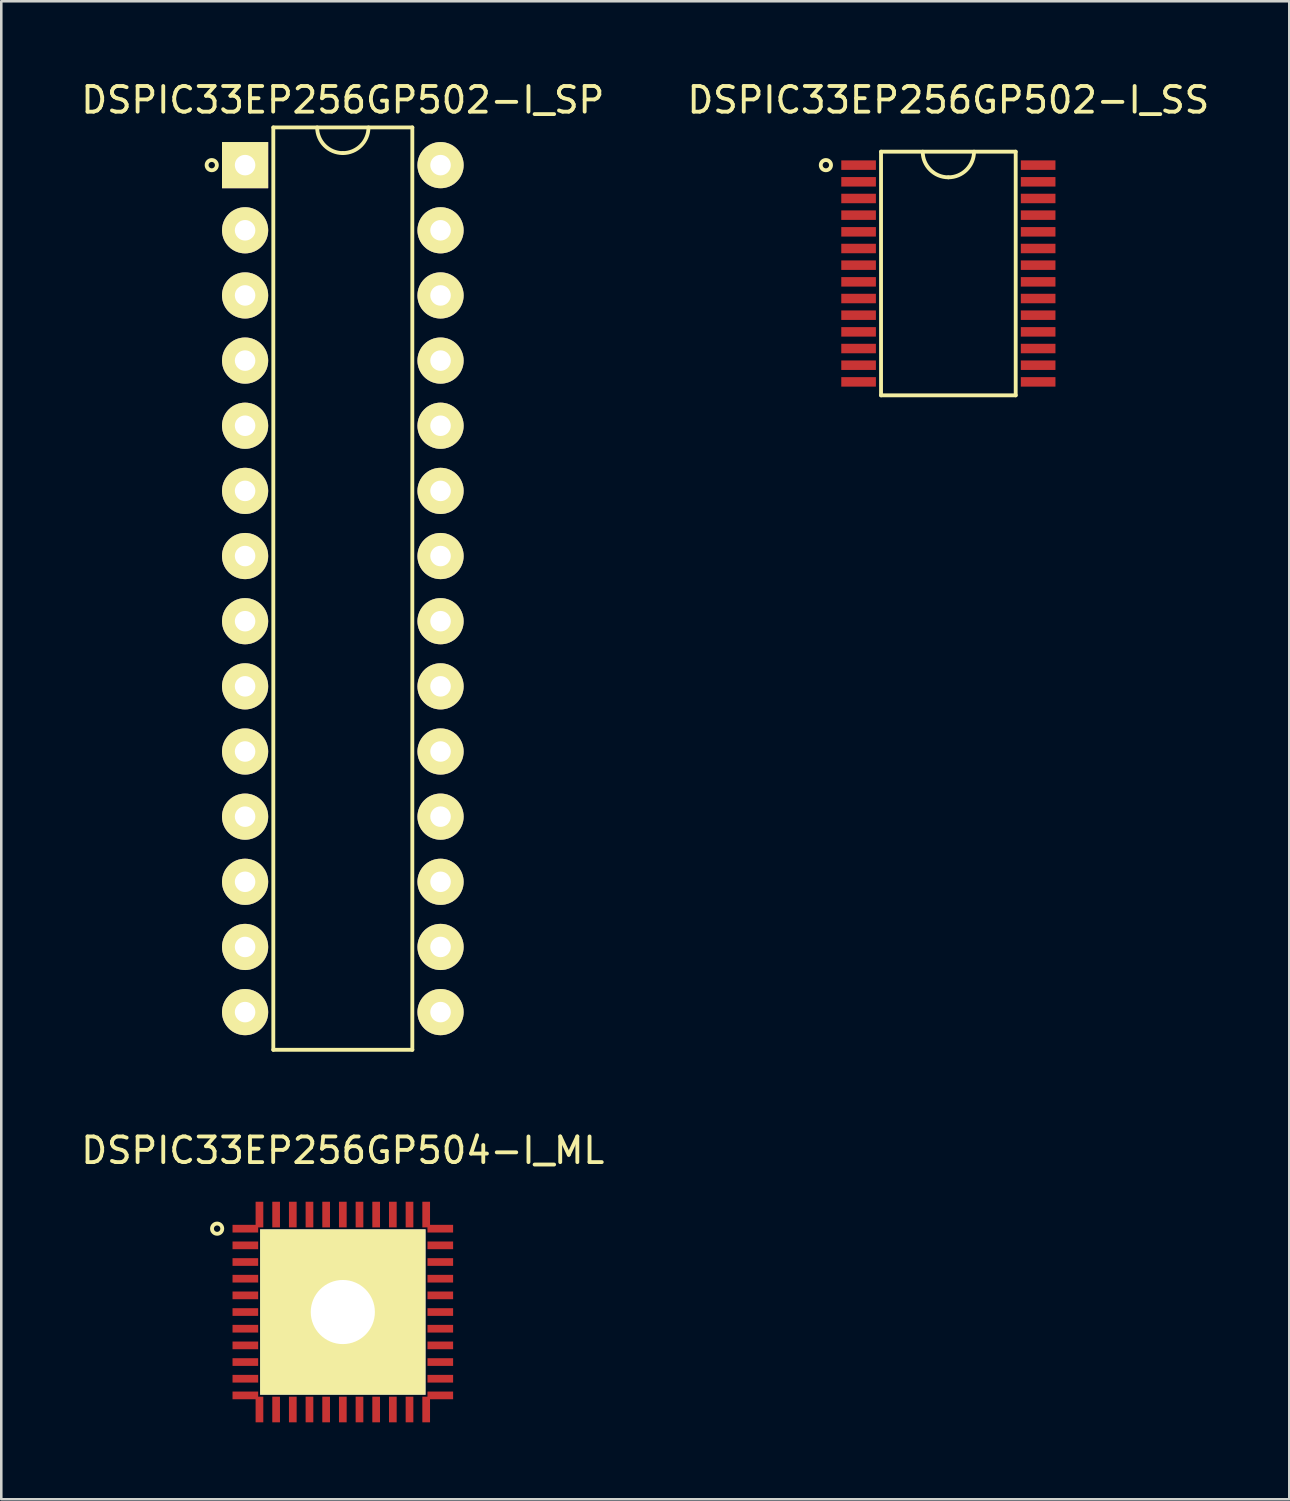
<source format=kicad_pcb>
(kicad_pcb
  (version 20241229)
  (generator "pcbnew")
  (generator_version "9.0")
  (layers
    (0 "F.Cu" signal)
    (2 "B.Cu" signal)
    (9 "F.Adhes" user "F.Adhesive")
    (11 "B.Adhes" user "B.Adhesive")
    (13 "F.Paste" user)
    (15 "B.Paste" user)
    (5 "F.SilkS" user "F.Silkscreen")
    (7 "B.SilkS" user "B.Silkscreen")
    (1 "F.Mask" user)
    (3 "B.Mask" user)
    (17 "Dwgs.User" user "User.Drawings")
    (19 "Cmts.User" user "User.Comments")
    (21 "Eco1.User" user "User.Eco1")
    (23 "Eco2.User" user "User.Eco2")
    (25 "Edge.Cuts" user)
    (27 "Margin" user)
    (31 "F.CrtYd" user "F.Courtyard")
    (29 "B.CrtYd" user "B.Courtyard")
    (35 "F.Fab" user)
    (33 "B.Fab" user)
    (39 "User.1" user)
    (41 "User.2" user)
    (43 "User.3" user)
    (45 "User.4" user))
  (footprint "DSPIC33EP256GP504-I_ML"
    (layer "F.Cu")
    (at 6.515 44.301)
    (property "Reference" "DSPIC33EP256GP504-I_ML" (at 3.8 -2.5 0) (layer "F.SilkS") (effects (font (size 1 1) (thickness 0.15))))
    (attr through_hole)
    (fp_line (start 0.7 0.7) (end 0.7 6.9) (stroke (width 0.15) (type solid)) (layer "F.SilkS"))
    (fp_line (start 0.7 0.7) (end 6.9 0.7) (stroke (width 0.15) (type solid)) (layer "F.SilkS"))
    (fp_line (start 0.7 6.9) (end 6.9 6.9) (stroke (width 0.15) (type solid)) (layer "F.SilkS"))
    (fp_line (start 6.9 6.9) (end 6.9 0.7) (stroke (width 0.15) (type solid)) (layer "F.SilkS"))
    (fp_circle (center -1.1 0.55) (end -1.1 0.35) (stroke (width 0.15) (type solid)) (fill no) (layer "F.SilkS"))
    (fp_circle (center 1.7 1.7) (end 1.7 1.2) (stroke (width 0.15) (type solid)) (fill no) (layer "F.SilkS"))
    (pad "1" smd rect (at 0 0.55) (size 1 0.3) (layers "F.Cu" "F.Mask" "F.Paste"))
    (pad "2" smd rect (at 0 1.2) (size 1 0.3) (layers "F.Cu" "F.Mask" "F.Paste"))
    (pad "3" smd rect (at 0 1.85) (size 1 0.3) (layers "F.Cu" "F.Mask" "F.Paste"))
    (pad "4" smd rect (at 0 2.5) (size 1 0.3) (layers "F.Cu" "F.Mask" "F.Paste"))
    (pad "5" smd rect (at 0 3.15) (size 1 0.3) (layers "F.Cu" "F.Mask" "F.Paste"))
    (pad "6" smd rect (at 0 3.8) (size 1 0.3) (layers "F.Cu" "F.Mask" "F.Paste"))
    (pad "7" smd rect (at 0 4.45) (size 1 0.3) (layers "F.Cu" "F.Mask" "F.Paste"))
    (pad "8" smd rect (at 0 5.1) (size 1 0.3) (layers "F.Cu" "F.Mask" "F.Paste"))
    (pad "9" smd rect (at 0 5.75) (size 1 0.3) (layers "F.Cu" "F.Mask" "F.Paste"))
    (pad "10" smd rect (at 0 6.4) (size 1 0.3) (layers "F.Cu" "F.Mask" "F.Paste"))
    (pad "11" smd rect (at 0 7.05) (size 1 0.3) (layers "F.Cu" "F.Mask" "F.Paste"))
    (pad "12" smd rect (at 0.55 7.6) (size 0.3 1) (layers "F.Cu" "F.Mask" "F.Paste"))
    (pad "13" smd rect (at 1.2 7.6) (size 0.3 1) (layers "F.Cu" "F.Mask" "F.Paste"))
    (pad "14" smd rect (at 1.85 7.6) (size 0.3 1) (layers "F.Cu" "F.Mask" "F.Paste"))
    (pad "15" smd rect (at 2.5 7.6) (size 0.3 1) (layers "F.Cu" "F.Mask" "F.Paste"))
    (pad "16" smd rect (at 3.15 7.6) (size 0.3 1) (layers "F.Cu" "F.Mask" "F.Paste"))
    (pad "17" smd rect (at 3.8 7.6) (size 0.3 1) (layers "F.Cu" "F.Mask" "F.Paste"))
    (pad "18" smd rect (at 4.45 7.6) (size 0.3 1) (layers "F.Cu" "F.Mask" "F.Paste"))
    (pad "19" smd rect (at 5.1 7.6) (size 0.3 1) (layers "F.Cu" "F.Mask" "F.Paste"))
    (pad "20" smd rect (at 5.75 7.6) (size 0.3 1) (layers "F.Cu" "F.Mask" "F.Paste"))
    (pad "21" smd rect (at 6.4 7.6) (size 0.3 1) (layers "F.Cu" "F.Mask" "F.Paste"))
    (pad "22" smd rect (at 7.05 7.6) (size 0.3 1) (layers "F.Cu" "F.Mask" "F.Paste"))
    (pad "23" smd rect (at 7.6 7.05) (size 1 0.3) (layers "F.Cu" "F.Mask" "F.Paste"))
    (pad "24" smd rect (at 7.6 6.4) (size 1 0.3) (layers "F.Cu" "F.Mask" "F.Paste"))
    (pad "25" smd rect (at 7.6 5.75) (size 1 0.3) (layers "F.Cu" "F.Mask" "F.Paste"))
    (pad "26" smd rect (at 7.6 5.1) (size 1 0.3) (layers "F.Cu" "F.Mask" "F.Paste"))
    (pad "27" smd rect (at 7.6 4.45) (size 1 0.3) (layers "F.Cu" "F.Mask" "F.Paste"))
    (pad "28" smd rect (at 7.6 3.8) (size 1 0.3) (layers "F.Cu" "F.Mask" "F.Paste"))
    (pad "29" smd rect (at 7.6 3.15) (size 1 0.3) (layers "F.Cu" "F.Mask" "F.Paste"))
    (pad "30" smd rect (at 7.6 2.5) (size 1 0.3) (layers "F.Cu" "F.Mask" "F.Paste"))
    (pad "31" smd rect (at 7.6 1.85) (size 1 0.3) (layers "F.Cu" "F.Mask" "F.Paste"))
    (pad "32" smd rect (at 7.6 1.2) (size 1 0.3) (layers "F.Cu" "F.Mask" "F.Paste"))
    (pad "33" smd rect (at 7.6 0.55) (size 1 0.3) (layers "F.Cu" "F.Mask" "F.Paste"))
    (pad "34" smd rect (at 7.05 0) (size 0.3 1) (layers "F.Cu" "F.Mask" "F.Paste"))
    (pad "35" smd rect (at 6.4 0) (size 0.3 1) (layers "F.Cu" "F.Mask" "F.Paste"))
    (pad "36" smd rect (at 5.75 0) (size 0.3 1) (layers "F.Cu" "F.Mask" "F.Paste"))
    (pad "37" smd rect (at 5.1 0) (size 0.3 1) (layers "F.Cu" "F.Mask" "F.Paste"))
    (pad "38" smd rect (at 4.45 0) (size 0.3 1) (layers "F.Cu" "F.Mask" "F.Paste"))
    (pad "39" smd rect (at 3.8 0) (size 0.3 1) (layers "F.Cu" "F.Mask" "F.Paste"))
    (pad "40" smd rect (at 3.15 0) (size 0.3 1) (layers "F.Cu" "F.Mask" "F.Paste"))
    (pad "41" smd rect (at 2.5 0) (size 0.3 1) (layers "F.Cu" "F.Mask" "F.Paste"))
    (pad "42" smd rect (at 1.85 0) (size 0.3 1) (layers "F.Cu" "F.Mask" "F.Paste"))
    (pad "43" smd rect (at 1.2 0) (size 0.3 1) (layers "F.Cu" "F.Mask" "F.Paste"))
    (pad "44" smd rect (at 0.55 0) (size 0.3 1) (layers "F.Cu" "F.Mask" "F.Paste"))
    (pad "999" thru_hole rect (at 3.8 3.8) (size 6.45 6.45) (drill 2.5) (layers "*.Cu" "*.Mask" "F.SilkS")))
  (footprint "DSPIC33EP256GP502-I_SP"
    (layer "F.Cu")
    (at 6.505 3.388)
    (property "Reference" "DSPIC33EP256GP502-I_SP" (at 3.81 -2.54 0) (layer "F.SilkS") (effects (font (size 1 1) (thickness 0.15))))
    (attr through_hole)
    (fp_line (start 1.1 -1.47) (end 6.52 -1.47) (stroke (width 0.15) (type solid)) (layer "F.SilkS"))
    (fp_line (start 1.1 34.49) (end 1.1 -1.47) (stroke (width 0.15) (type solid)) (layer "F.SilkS"))
    (fp_line (start 6.52 -1.47) (end 6.52 34.49) (stroke (width 0.15) (type solid)) (layer "F.SilkS"))
    (fp_line (start 6.52 34.49) (end 1.1 34.49) (stroke (width 0.15) (type solid)) (layer "F.SilkS"))
    (fp_arc (start 3.81 -0.47) (mid 3.102893 -0.762893) (end 2.81 -1.47) (stroke (width 0.15) (type solid)) (layer "F.SilkS"))
    (fp_arc (start 4.81 -1.47) (mid 4.517107 -0.762893) (end 3.81 -0.47) (stroke (width 0.15) (type solid)) (layer "F.SilkS"))
    (fp_circle (center -1.3 0) (end -1.3 0.2) (stroke (width 0.15) (type solid)) (fill no) (layer "F.SilkS"))
    (pad "1" thru_hole rect (at 0 0) (size 1.8 1.8) (drill 0.8) (layers "*.Cu" "*.Mask" "F.SilkS"))
    (pad "2" thru_hole circle (at 0 2.54) (size 1.8 1.8) (drill 0.8) (layers "*.Cu" "*.Mask" "F.SilkS"))
    (pad "3" thru_hole circle (at 0 5.08) (size 1.8 1.8) (drill 0.8) (layers "*.Cu" "*.Mask" "F.SilkS"))
    (pad "4" thru_hole circle (at 0 7.62) (size 1.8 1.8) (drill 0.8) (layers "*.Cu" "*.Mask" "F.SilkS"))
    (pad "5" thru_hole circle (at 0 10.16) (size 1.8 1.8) (drill 0.8) (layers "*.Cu" "*.Mask" "F.SilkS"))
    (pad "6" thru_hole circle (at 0 12.7) (size 1.8 1.8) (drill 0.8) (layers "*.Cu" "*.Mask" "F.SilkS"))
    (pad "7" thru_hole circle (at 0 15.24) (size 1.8 1.8) (drill 0.8) (layers "*.Cu" "*.Mask" "F.SilkS"))
    (pad "8" thru_hole circle (at 0 17.78) (size 1.8 1.8) (drill 0.8) (layers "*.Cu" "*.Mask" "F.SilkS"))
    (pad "9" thru_hole circle (at 0 20.32) (size 1.8 1.8) (drill 0.8) (layers "*.Cu" "*.Mask" "F.SilkS"))
    (pad "10" thru_hole circle (at 0 22.86) (size 1.8 1.8) (drill 0.8) (layers "*.Cu" "*.Mask" "F.SilkS"))
    (pad "11" thru_hole circle (at 0 25.4) (size 1.8 1.8) (drill 0.8) (layers "*.Cu" "*.Mask" "F.SilkS"))
    (pad "12" thru_hole circle (at 0 27.94) (size 1.8 1.8) (drill 0.8) (layers "*.Cu" "*.Mask" "F.SilkS"))
    (pad "13" thru_hole circle (at 0 30.48) (size 1.8 1.8) (drill 0.8) (layers "*.Cu" "*.Mask" "F.SilkS"))
    (pad "14" thru_hole circle (at 0 33.02) (size 1.8 1.8) (drill 0.8) (layers "*.Cu" "*.Mask" "F.SilkS"))
    (pad "15" thru_hole circle (at 7.62 33.02) (size 1.8 1.8) (drill 0.8) (layers "*.Cu" "*.Mask" "F.SilkS"))
    (pad "16" thru_hole circle (at 7.62 30.48) (size 1.8 1.8) (drill 0.8) (layers "*.Cu" "*.Mask" "F.SilkS"))
    (pad "17" thru_hole circle (at 7.62 27.94) (size 1.8 1.8) (drill 0.8) (layers "*.Cu" "*.Mask" "F.SilkS"))
    (pad "18" thru_hole circle (at 7.62 25.4) (size 1.8 1.8) (drill 0.8) (layers "*.Cu" "*.Mask" "F.SilkS"))
    (pad "19" thru_hole circle (at 7.62 22.86) (size 1.8 1.8) (drill 0.8) (layers "*.Cu" "*.Mask" "F.SilkS"))
    (pad "20" thru_hole circle (at 7.62 20.32) (size 1.8 1.8) (drill 0.8) (layers "*.Cu" "*.Mask" "F.SilkS"))
    (pad "21" thru_hole circle (at 7.62 17.78) (size 1.8 1.8) (drill 0.8) (layers "*.Cu" "*.Mask" "F.SilkS"))
    (pad "22" thru_hole circle (at 7.62 15.24) (size 1.8 1.8) (drill 0.8) (layers "*.Cu" "*.Mask" "F.SilkS"))
    (pad "23" thru_hole circle (at 7.62 12.7) (size 1.8 1.8) (drill 0.8) (layers "*.Cu" "*.Mask" "F.SilkS"))
    (pad "24" thru_hole circle (at 7.62 10.16) (size 1.8 1.8) (drill 0.8) (layers "*.Cu" "*.Mask" "F.SilkS"))
    (pad "25" thru_hole circle (at 7.62 7.62) (size 1.8 1.8) (drill 0.8) (layers "*.Cu" "*.Mask" "F.SilkS"))
    (pad "26" thru_hole circle (at 7.62 5.08) (size 1.8 1.8) (drill 0.8) (layers "*.Cu" "*.Mask" "F.SilkS"))
    (pad "27" thru_hole circle (at 7.62 2.54) (size 1.8 1.8) (drill 0.8) (layers "*.Cu" "*.Mask" "F.SilkS"))
    (pad "28" thru_hole circle (at 7.62 0) (size 1.8 1.8) (drill 0.8) (layers "*.Cu" "*.Mask" "F.SilkS")))
  (footprint "DSPIC33EP256GP502-I_SS"
    (layer "F.Cu")
    (at 30.423 3.388)
    (property "Reference" "DSPIC33EP256GP502-I_SS" (at 3.5 -2.54 0) (layer "F.SilkS") (effects (font (size 1 1) (thickness 0.15))))
    (attr through_hole)
    (fp_line (start 0.875 -0.525) (end 6.125 -0.525) (stroke (width 0.15) (type solid)) (layer "F.SilkS"))
    (fp_line (start 0.875 8.975) (end 0.875 -0.525) (stroke (width 0.15) (type solid)) (layer "F.SilkS"))
    (fp_line (start 6.125 -0.525) (end 6.125 8.975) (stroke (width 0.15) (type solid)) (layer "F.SilkS"))
    (fp_line (start 6.125 8.975) (end 0.875 8.975) (stroke (width 0.15) (type solid)) (layer "F.SilkS"))
    (fp_arc (start 3.5 0.475) (mid 2.792893 0.182107) (end 2.5 -0.525) (stroke (width 0.15) (type solid)) (layer "F.SilkS"))
    (fp_arc (start 4.5 -0.525) (mid 4.207107 0.182107) (end 3.5 0.475) (stroke (width 0.15) (type solid)) (layer "F.SilkS"))
    (fp_circle (center -1.275 0) (end -1.275 0.2) (stroke (width 0.15) (type solid)) (fill no) (layer "F.SilkS"))
    (pad "1" smd rect (at 0 0) (size 1.35 0.37) (layers "F.Cu" "F.Mask" "F.Paste"))
    (pad "2" smd rect (at 0 0.65) (size 1.35 0.37) (layers "F.Cu" "F.Mask" "F.Paste"))
    (pad "3" smd rect (at 0 1.3) (size 1.35 0.37) (layers "F.Cu" "F.Mask" "F.Paste"))
    (pad "4" smd rect (at 0 1.95) (size 1.35 0.37) (layers "F.Cu" "F.Mask" "F.Paste"))
    (pad "5" smd rect (at 0 2.6) (size 1.35 0.37) (layers "F.Cu" "F.Mask" "F.Paste"))
    (pad "6" smd rect (at 0 3.25) (size 1.35 0.37) (layers "F.Cu" "F.Mask" "F.Paste"))
    (pad "7" smd rect (at 0 3.9) (size 1.35 0.37) (layers "F.Cu" "F.Mask" "F.Paste"))
    (pad "8" smd rect (at 0 4.55) (size 1.35 0.37) (layers "F.Cu" "F.Mask" "F.Paste"))
    (pad "9" smd rect (at 0 5.2) (size 1.35 0.37) (layers "F.Cu" "F.Mask" "F.Paste"))
    (pad "10" smd rect (at 0 5.85) (size 1.35 0.37) (layers "F.Cu" "F.Mask" "F.Paste"))
    (pad "11" smd rect (at 0 6.5) (size 1.35 0.37) (layers "F.Cu" "F.Mask" "F.Paste"))
    (pad "12" smd rect (at 0 7.15) (size 1.35 0.37) (layers "F.Cu" "F.Mask" "F.Paste"))
    (pad "13" smd rect (at 0 7.8) (size 1.35 0.37) (layers "F.Cu" "F.Mask" "F.Paste"))
    (pad "14" smd rect (at 0 8.45) (size 1.35 0.37) (layers "F.Cu" "F.Mask" "F.Paste"))
    (pad "15" smd rect (at 7 8.45) (size 1.35 0.37) (layers "F.Cu" "F.Mask" "F.Paste"))
    (pad "16" smd rect (at 7 7.8) (size 1.35 0.37) (layers "F.Cu" "F.Mask" "F.Paste"))
    (pad "17" smd rect (at 7 7.15) (size 1.35 0.37) (layers "F.Cu" "F.Mask" "F.Paste"))
    (pad "18" smd rect (at 7 6.5) (size 1.35 0.37) (layers "F.Cu" "F.Mask" "F.Paste"))
    (pad "19" smd rect (at 7 5.85) (size 1.35 0.37) (layers "F.Cu" "F.Mask" "F.Paste"))
    (pad "20" smd rect (at 7 5.2) (size 1.35 0.37) (layers "F.Cu" "F.Mask" "F.Paste"))
    (pad "21" smd rect (at 7 4.55) (size 1.35 0.37) (layers "F.Cu" "F.Mask" "F.Paste"))
    (pad "22" smd rect (at 7 3.9) (size 1.35 0.37) (layers "F.Cu" "F.Mask" "F.Paste"))
    (pad "23" smd rect (at 7 3.25) (size 1.35 0.37) (layers "F.Cu" "F.Mask" "F.Paste"))
    (pad "24" smd rect (at 7 2.6) (size 1.35 0.37) (layers "F.Cu" "F.Mask" "F.Paste"))
    (pad "25" smd rect (at 7 1.95) (size 1.35 0.37) (layers "F.Cu" "F.Mask" "F.Paste"))
    (pad "26" smd rect (at 7 1.3) (size 1.35 0.37) (layers "F.Cu" "F.Mask" "F.Paste"))
    (pad "27" smd rect (at 7 0.65) (size 1.35 0.37) (layers "F.Cu" "F.Mask" "F.Paste"))
    (pad "28" smd rect (at 7 0) (size 1.35 0.37) (layers "F.Cu" "F.Mask" "F.Paste")))
  (gr_rect
    (start -3 -3)
    (end 47.214 55.401)
    (stroke (width 0.1) (type default))
    (fill no)
    (layer "Edge.Cuts")))
</source>
